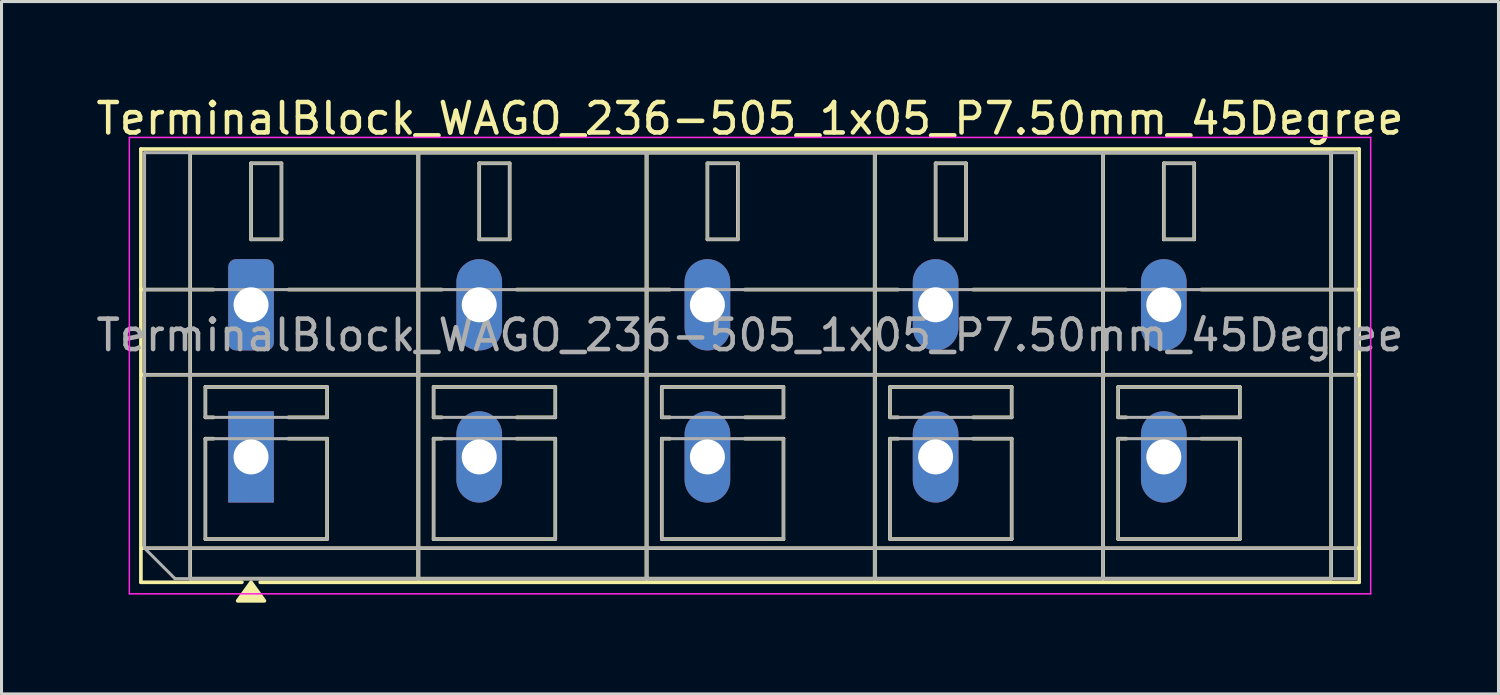
<source format=kicad_pcb>
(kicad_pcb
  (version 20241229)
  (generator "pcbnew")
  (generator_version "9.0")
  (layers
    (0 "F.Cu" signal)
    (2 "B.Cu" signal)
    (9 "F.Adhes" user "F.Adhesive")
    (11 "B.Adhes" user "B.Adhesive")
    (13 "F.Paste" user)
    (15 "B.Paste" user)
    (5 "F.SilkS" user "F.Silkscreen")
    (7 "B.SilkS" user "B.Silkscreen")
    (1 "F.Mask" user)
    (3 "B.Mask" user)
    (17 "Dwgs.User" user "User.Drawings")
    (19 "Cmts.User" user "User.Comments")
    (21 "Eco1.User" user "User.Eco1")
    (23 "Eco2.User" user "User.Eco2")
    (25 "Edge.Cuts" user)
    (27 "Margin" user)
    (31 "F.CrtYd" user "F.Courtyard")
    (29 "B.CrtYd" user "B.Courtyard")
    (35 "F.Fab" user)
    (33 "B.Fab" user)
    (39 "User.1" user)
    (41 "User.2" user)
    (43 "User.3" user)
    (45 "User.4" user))
  (footprint "TerminalBlock_WAGO_236-505_1x05_P7.50mm_45Degree"
    (layer "F.Cu")
    (at 5.201 6.968)
    (property "Reference" "TerminalBlock_WAGO_236-505_1x05_P7.50mm_45Degree" (at 16.4 -6.12 0) (layer "F.SilkS") (effects (font (size 1 1) (thickness 0.15))))
    (attr through_hole)
    (fp_line (start -3.62 -5.12) (end -3.62 9.12) (stroke (width 0.12) (type solid)) (layer "F.SilkS"))
    (fp_line (start -3.62 -5.12) (end 36.42 -5.12) (stroke (width 0.12) (type solid)) (layer "F.SilkS"))
    (fp_line (start -3.62 -0.5) (end -1.23 -0.5) (stroke (width 0.12) (type solid)) (layer "F.SilkS"))
    (fp_line (start -3.62 2.3) (end 36.42 2.3) (stroke (width 0.12) (type solid)) (layer "F.SilkS"))
    (fp_line (start -3.62 8) (end 36.42 8) (stroke (width 0.12) (type solid)) (layer "F.SilkS"))
    (fp_line (start -3.62 9.12) (end -0.3 9.12) (stroke (width 0.12) (type solid)) (layer "F.SilkS"))
    (fp_line (start -2 -5) (end -2 9) (stroke (width 0.12) (type solid)) (layer "F.SilkS"))
    (fp_line (start -2 -5) (end 5.5 -5) (stroke (width 0.12) (type solid)) (layer "F.SilkS"))
    (fp_line (start -2 9) (end 5.5 9) (stroke (width 0.12) (type solid)) (layer "F.SilkS"))
    (fp_line (start -1.5 2.7) (end -1.5 3.7) (stroke (width 0.12) (type solid)) (layer "F.SilkS"))
    (fp_line (start -1.5 2.7) (end 2.5 2.7) (stroke (width 0.12) (type solid)) (layer "F.SilkS"))
    (fp_line (start -1.5 3.7) (end -1.23 3.7) (stroke (width 0.12) (type solid)) (layer "F.SilkS"))
    (fp_line (start -1.5 4.4) (end -1.5 7.7) (stroke (width 0.12) (type solid)) (layer "F.SilkS"))
    (fp_line (start -1.5 4.4) (end -1.23 4.4) (stroke (width 0.12) (type solid)) (layer "F.SilkS"))
    (fp_line (start -1.5 7.7) (end 2.5 7.7) (stroke (width 0.12) (type solid)) (layer "F.SilkS"))
    (fp_line (start 0 -4.65) (end 0 -2.15) (stroke (width 0.12) (type solid)) (layer "F.SilkS"))
    (fp_line (start 0 -4.65) (end 1 -4.65) (stroke (width 0.12) (type solid)) (layer "F.SilkS"))
    (fp_line (start 0 -2.15) (end 1 -2.15) (stroke (width 0.12) (type solid)) (layer "F.SilkS"))
    (fp_line (start 0.3 9.12) (end 36.42 9.12) (stroke (width 0.12) (type solid)) (layer "F.SilkS"))
    (fp_line (start 1 -4.65) (end 1 -2.15) (stroke (width 0.12) (type solid)) (layer "F.SilkS"))
    (fp_line (start 1.23 -0.5) (end 6.27 -0.5) (stroke (width 0.12) (type solid)) (layer "F.SilkS"))
    (fp_line (start 1.23 3.7) (end 2.5 3.7) (stroke (width 0.12) (type solid)) (layer "F.SilkS"))
    (fp_line (start 1.23 4.4) (end 2.5 4.4) (stroke (width 0.12) (type solid)) (layer "F.SilkS"))
    (fp_line (start 2.5 2.7) (end 2.5 3.7) (stroke (width 0.12) (type solid)) (layer "F.SilkS"))
    (fp_line (start 2.5 4.4) (end 2.5 7.7) (stroke (width 0.12) (type solid)) (layer "F.SilkS"))
    (fp_line (start 5.5 -5) (end 5.5 9) (stroke (width 0.12) (type solid)) (layer "F.SilkS"))
    (fp_line (start 5.5 -5) (end 5.5 9) (stroke (width 0.12) (type solid)) (layer "F.SilkS"))
    (fp_line (start 5.5 -5) (end 13 -5) (stroke (width 0.12) (type solid)) (layer "F.SilkS"))
    (fp_line (start 5.5 9) (end 13 9) (stroke (width 0.12) (type solid)) (layer "F.SilkS"))
    (fp_line (start 6 2.7) (end 6 3.7) (stroke (width 0.12) (type solid)) (layer "F.SilkS"))
    (fp_line (start 6 2.7) (end 10 2.7) (stroke (width 0.12) (type solid)) (layer "F.SilkS"))
    (fp_line (start 6 3.7) (end 6.27 3.7) (stroke (width 0.12) (type solid)) (layer "F.SilkS"))
    (fp_line (start 6 4.4) (end 6 7.7) (stroke (width 0.12) (type solid)) (layer "F.SilkS"))
    (fp_line (start 6 4.4) (end 6.27 4.4) (stroke (width 0.12) (type solid)) (layer "F.SilkS"))
    (fp_line (start 6 7.7) (end 10 7.7) (stroke (width 0.12) (type solid)) (layer "F.SilkS"))
    (fp_line (start 7.5 -4.65) (end 7.5 -2.15) (stroke (width 0.12) (type solid)) (layer "F.SilkS"))
    (fp_line (start 7.5 -4.65) (end 8.5 -4.65) (stroke (width 0.12) (type solid)) (layer "F.SilkS"))
    (fp_line (start 7.5 -2.15) (end 8.5 -2.15) (stroke (width 0.12) (type solid)) (layer "F.SilkS"))
    (fp_line (start 8.5 -4.65) (end 8.5 -2.15) (stroke (width 0.12) (type solid)) (layer "F.SilkS"))
    (fp_line (start 8.73 -0.5) (end 13.77 -0.5) (stroke (width 0.12) (type solid)) (layer "F.SilkS"))
    (fp_line (start 8.73 3.7) (end 10 3.7) (stroke (width 0.12) (type solid)) (layer "F.SilkS"))
    (fp_line (start 8.73 4.4) (end 10 4.4) (stroke (width 0.12) (type solid)) (layer "F.SilkS"))
    (fp_line (start 10 2.7) (end 10 3.7) (stroke (width 0.12) (type solid)) (layer "F.SilkS"))
    (fp_line (start 10 4.4) (end 10 7.7) (stroke (width 0.12) (type solid)) (layer "F.SilkS"))
    (fp_line (start 13 -5) (end 13 9) (stroke (width 0.12) (type solid)) (layer "F.SilkS"))
    (fp_line (start 13 -5) (end 13 9) (stroke (width 0.12) (type solid)) (layer "F.SilkS"))
    (fp_line (start 13 -5) (end 20.5 -5) (stroke (width 0.12) (type solid)) (layer "F.SilkS"))
    (fp_line (start 13 9) (end 20.5 9) (stroke (width 0.12) (type solid)) (layer "F.SilkS"))
    (fp_line (start 13.5 2.7) (end 13.5 3.7) (stroke (width 0.12) (type solid)) (layer "F.SilkS"))
    (fp_line (start 13.5 2.7) (end 17.5 2.7) (stroke (width 0.12) (type solid)) (layer "F.SilkS"))
    (fp_line (start 13.5 3.7) (end 13.77 3.7) (stroke (width 0.12) (type solid)) (layer "F.SilkS"))
    (fp_line (start 13.5 4.4) (end 13.5 7.7) (stroke (width 0.12) (type solid)) (layer "F.SilkS"))
    (fp_line (start 13.5 4.4) (end 13.77 4.4) (stroke (width 0.12) (type solid)) (layer "F.SilkS"))
    (fp_line (start 13.5 7.7) (end 17.5 7.7) (stroke (width 0.12) (type solid)) (layer "F.SilkS"))
    (fp_line (start 15 -4.65) (end 15 -2.15) (stroke (width 0.12) (type solid)) (layer "F.SilkS"))
    (fp_line (start 15 -4.65) (end 16 -4.65) (stroke (width 0.12) (type solid)) (layer "F.SilkS"))
    (fp_line (start 15 -2.15) (end 16 -2.15) (stroke (width 0.12) (type solid)) (layer "F.SilkS"))
    (fp_line (start 16 -4.65) (end 16 -2.15) (stroke (width 0.12) (type solid)) (layer "F.SilkS"))
    (fp_line (start 16.23 -0.5) (end 21.27 -0.5) (stroke (width 0.12) (type solid)) (layer "F.SilkS"))
    (fp_line (start 16.23 3.7) (end 17.5 3.7) (stroke (width 0.12) (type solid)) (layer "F.SilkS"))
    (fp_line (start 16.23 4.4) (end 17.5 4.4) (stroke (width 0.12) (type solid)) (layer "F.SilkS"))
    (fp_line (start 17.5 2.7) (end 17.5 3.7) (stroke (width 0.12) (type solid)) (layer "F.SilkS"))
    (fp_line (start 17.5 4.4) (end 17.5 7.7) (stroke (width 0.12) (type solid)) (layer "F.SilkS"))
    (fp_line (start 20.5 -5) (end 20.5 9) (stroke (width 0.12) (type solid)) (layer "F.SilkS"))
    (fp_line (start 20.5 -5) (end 20.5 9) (stroke (width 0.12) (type solid)) (layer "F.SilkS"))
    (fp_line (start 20.5 -5) (end 28 -5) (stroke (width 0.12) (type solid)) (layer "F.SilkS"))
    (fp_line (start 20.5 9) (end 28 9) (stroke (width 0.12) (type solid)) (layer "F.SilkS"))
    (fp_line (start 21 2.7) (end 21 3.7) (stroke (width 0.12) (type solid)) (layer "F.SilkS"))
    (fp_line (start 21 2.7) (end 25 2.7) (stroke (width 0.12) (type solid)) (layer "F.SilkS"))
    (fp_line (start 21 3.7) (end 21.27 3.7) (stroke (width 0.12) (type solid)) (layer "F.SilkS"))
    (fp_line (start 21 4.4) (end 21 7.7) (stroke (width 0.12) (type solid)) (layer "F.SilkS"))
    (fp_line (start 21 4.4) (end 21.27 4.4) (stroke (width 0.12) (type solid)) (layer "F.SilkS"))
    (fp_line (start 21 7.7) (end 25 7.7) (stroke (width 0.12) (type solid)) (layer "F.SilkS"))
    (fp_line (start 22.5 -4.65) (end 22.5 -2.15) (stroke (width 0.12) (type solid)) (layer "F.SilkS"))
    (fp_line (start 22.5 -4.65) (end 23.5 -4.65) (stroke (width 0.12) (type solid)) (layer "F.SilkS"))
    (fp_line (start 22.5 -2.15) (end 23.5 -2.15) (stroke (width 0.12) (type solid)) (layer "F.SilkS"))
    (fp_line (start 23.5 -4.65) (end 23.5 -2.15) (stroke (width 0.12) (type solid)) (layer "F.SilkS"))
    (fp_line (start 23.73 -0.5) (end 28.77 -0.5) (stroke (width 0.12) (type solid)) (layer "F.SilkS"))
    (fp_line (start 23.73 3.7) (end 25 3.7) (stroke (width 0.12) (type solid)) (layer "F.SilkS"))
    (fp_line (start 23.73 4.4) (end 25 4.4) (stroke (width 0.12) (type solid)) (layer "F.SilkS"))
    (fp_line (start 25 2.7) (end 25 3.7) (stroke (width 0.12) (type solid)) (layer "F.SilkS"))
    (fp_line (start 25 4.4) (end 25 7.7) (stroke (width 0.12) (type solid)) (layer "F.SilkS"))
    (fp_line (start 28 -5) (end 28 9) (stroke (width 0.12) (type solid)) (layer "F.SilkS"))
    (fp_line (start 28 -5) (end 28 9) (stroke (width 0.12) (type solid)) (layer "F.SilkS"))
    (fp_line (start 28 -5) (end 35.5 -5) (stroke (width 0.12) (type solid)) (layer "F.SilkS"))
    (fp_line (start 28 9) (end 35.5 9) (stroke (width 0.12) (type solid)) (layer "F.SilkS"))
    (fp_line (start 28.5 2.7) (end 28.5 3.7) (stroke (width 0.12) (type solid)) (layer "F.SilkS"))
    (fp_line (start 28.5 2.7) (end 32.5 2.7) (stroke (width 0.12) (type solid)) (layer "F.SilkS"))
    (fp_line (start 28.5 3.7) (end 28.77 3.7) (stroke (width 0.12) (type solid)) (layer "F.SilkS"))
    (fp_line (start 28.5 4.4) (end 28.5 7.7) (stroke (width 0.12) (type solid)) (layer "F.SilkS"))
    (fp_line (start 28.5 4.4) (end 28.77 4.4) (stroke (width 0.12) (type solid)) (layer "F.SilkS"))
    (fp_line (start 28.5 7.7) (end 32.5 7.7) (stroke (width 0.12) (type solid)) (layer "F.SilkS"))
    (fp_line (start 30 -4.65) (end 30 -2.15) (stroke (width 0.12) (type solid)) (layer "F.SilkS"))
    (fp_line (start 30 -4.65) (end 31 -4.65) (stroke (width 0.12) (type solid)) (layer "F.SilkS"))
    (fp_line (start 30 -2.15) (end 31 -2.15) (stroke (width 0.12) (type solid)) (layer "F.SilkS"))
    (fp_line (start 31 -4.65) (end 31 -2.15) (stroke (width 0.12) (type solid)) (layer "F.SilkS"))
    (fp_line (start 31.23 -0.5) (end 36.42 -0.5) (stroke (width 0.12) (type solid)) (layer "F.SilkS"))
    (fp_line (start 31.23 3.7) (end 32.5 3.7) (stroke (width 0.12) (type solid)) (layer "F.SilkS"))
    (fp_line (start 31.23 4.4) (end 32.5 4.4) (stroke (width 0.12) (type solid)) (layer "F.SilkS"))
    (fp_line (start 32.5 2.7) (end 32.5 3.7) (stroke (width 0.12) (type solid)) (layer "F.SilkS"))
    (fp_line (start 32.5 4.4) (end 32.5 7.7) (stroke (width 0.12) (type solid)) (layer "F.SilkS"))
    (fp_line (start 35.5 -5) (end 35.5 9) (stroke (width 0.12) (type solid)) (layer "F.SilkS"))
    (fp_line (start 36.42 -5.12) (end 36.42 9.12) (stroke (width 0.12) (type solid)) (layer "F.SilkS"))
    (fp_poly (pts (xy 0 9.12) (xy 0.44 9.73) (xy -0.44 9.73)) (stroke (width 0.12) (type solid)) (fill yes) (layer "F.SilkS"))
    (fp_line (start -4 -5.5) (end -4 9.5) (stroke (width 0.05) (type solid)) (layer "F.CrtYd"))
    (fp_line (start -4 9.5) (end 36.8 9.5) (stroke (width 0.05) (type solid)) (layer "F.CrtYd"))
    (fp_line (start 36.8 -5.5) (end -4 -5.5) (stroke (width 0.05) (type solid)) (layer "F.CrtYd"))
    (fp_line (start 36.8 9.5) (end 36.8 -5.5) (stroke (width 0.05) (type solid)) (layer "F.CrtYd"))
    (fp_line (start -3.5 -5) (end 36.3 -5) (stroke (width 0.1) (type solid)) (layer "F.Fab"))
    (fp_line (start -3.5 -0.5) (end 36.3 -0.5) (stroke (width 0.1) (type solid)) (layer "F.Fab"))
    (fp_line (start -3.5 2.3) (end 36.3 2.3) (stroke (width 0.1) (type solid)) (layer "F.Fab"))
    (fp_line (start -3.5 8) (end -3.5 -5) (stroke (width 0.1) (type solid)) (layer "F.Fab"))
    (fp_line (start -3.5 8) (end 36.3 8) (stroke (width 0.1) (type solid)) (layer "F.Fab"))
    (fp_line (start -2.5 9) (end -3.5 8) (stroke (width 0.1) (type solid)) (layer "F.Fab"))
    (fp_line (start -2 -5) (end -2 9) (stroke (width 0.1) (type solid)) (layer "F.Fab"))
    (fp_line (start -2 9) (end 5.5 9) (stroke (width 0.1) (type solid)) (layer "F.Fab"))
    (fp_line (start -1.5 2.7) (end -1.5 3.7) (stroke (width 0.1) (type solid)) (layer "F.Fab"))
    (fp_line (start -1.5 3.7) (end 2.5 3.7) (stroke (width 0.1) (type solid)) (layer "F.Fab"))
    (fp_line (start -1.5 4.4) (end -1.5 7.7) (stroke (width 0.1) (type solid)) (layer "F.Fab"))
    (fp_line (start -1.5 7.7) (end 2.5 7.7) (stroke (width 0.1) (type solid)) (layer "F.Fab"))
    (fp_line (start 0 -4.65) (end 0 -2.15) (stroke (width 0.1) (type solid)) (layer "F.Fab"))
    (fp_line (start 0 -2.15) (end 1 -2.15) (stroke (width 0.1) (type solid)) (layer "F.Fab"))
    (fp_line (start 1 -4.65) (end 0 -4.65) (stroke (width 0.1) (type solid)) (layer "F.Fab"))
    (fp_line (start 1 -2.15) (end 1 -4.65) (stroke (width 0.1) (type solid)) (layer "F.Fab"))
    (fp_line (start 2.5 2.7) (end -1.5 2.7) (stroke (width 0.1) (type solid)) (layer "F.Fab"))
    (fp_line (start 2.5 3.7) (end 2.5 2.7) (stroke (width 0.1) (type solid)) (layer "F.Fab"))
    (fp_line (start 2.5 4.4) (end -1.5 4.4) (stroke (width 0.1) (type solid)) (layer "F.Fab"))
    (fp_line (start 2.5 7.7) (end 2.5 4.4) (stroke (width 0.1) (type solid)) (layer "F.Fab"))
    (fp_line (start 5.5 -5) (end -2 -5) (stroke (width 0.1) (type solid)) (layer "F.Fab"))
    (fp_line (start 5.5 -5) (end 5.5 9) (stroke (width 0.1) (type solid)) (layer "F.Fab"))
    (fp_line (start 5.5 9) (end 5.5 -5) (stroke (width 0.1) (type solid)) (layer "F.Fab"))
    (fp_line (start 5.5 9) (end 13 9) (stroke (width 0.1) (type solid)) (layer "F.Fab"))
    (fp_line (start 6 2.7) (end 6 3.7) (stroke (width 0.1) (type solid)) (layer "F.Fab"))
    (fp_line (start 6 3.7) (end 10 3.7) (stroke (width 0.1) (type solid)) (layer "F.Fab"))
    (fp_line (start 6 4.4) (end 6 7.7) (stroke (width 0.1) (type solid)) (layer "F.Fab"))
    (fp_line (start 6 7.7) (end 10 7.7) (stroke (width 0.1) (type solid)) (layer "F.Fab"))
    (fp_line (start 7.5 -4.65) (end 7.5 -2.15) (stroke (width 0.1) (type solid)) (layer "F.Fab"))
    (fp_line (start 7.5 -2.15) (end 8.5 -2.15) (stroke (width 0.1) (type solid)) (layer "F.Fab"))
    (fp_line (start 8.5 -4.65) (end 7.5 -4.65) (stroke (width 0.1) (type solid)) (layer "F.Fab"))
    (fp_line (start 8.5 -2.15) (end 8.5 -4.65) (stroke (width 0.1) (type solid)) (layer "F.Fab"))
    (fp_line (start 10 2.7) (end 6 2.7) (stroke (width 0.1) (type solid)) (layer "F.Fab"))
    (fp_line (start 10 3.7) (end 10 2.7) (stroke (width 0.1) (type solid)) (layer "F.Fab"))
    (fp_line (start 10 4.4) (end 6 4.4) (stroke (width 0.1) (type solid)) (layer "F.Fab"))
    (fp_line (start 10 7.7) (end 10 4.4) (stroke (width 0.1) (type solid)) (layer "F.Fab"))
    (fp_line (start 13 -5) (end 5.5 -5) (stroke (width 0.1) (type solid)) (layer "F.Fab"))
    (fp_line (start 13 -5) (end 13 9) (stroke (width 0.1) (type solid)) (layer "F.Fab"))
    (fp_line (start 13 9) (end 13 -5) (stroke (width 0.1) (type solid)) (layer "F.Fab"))
    (fp_line (start 13 9) (end 20.5 9) (stroke (width 0.1) (type solid)) (layer "F.Fab"))
    (fp_line (start 13.5 2.7) (end 13.5 3.7) (stroke (width 0.1) (type solid)) (layer "F.Fab"))
    (fp_line (start 13.5 3.7) (end 17.5 3.7) (stroke (width 0.1) (type solid)) (layer "F.Fab"))
    (fp_line (start 13.5 4.4) (end 13.5 7.7) (stroke (width 0.1) (type solid)) (layer "F.Fab"))
    (fp_line (start 13.5 7.7) (end 17.5 7.7) (stroke (width 0.1) (type solid)) (layer "F.Fab"))
    (fp_line (start 15 -4.65) (end 15 -2.15) (stroke (width 0.1) (type solid)) (layer "F.Fab"))
    (fp_line (start 15 -2.15) (end 16 -2.15) (stroke (width 0.1) (type solid)) (layer "F.Fab"))
    (fp_line (start 16 -4.65) (end 15 -4.65) (stroke (width 0.1) (type solid)) (layer "F.Fab"))
    (fp_line (start 16 -2.15) (end 16 -4.65) (stroke (width 0.1) (type solid)) (layer "F.Fab"))
    (fp_line (start 17.5 2.7) (end 13.5 2.7) (stroke (width 0.1) (type solid)) (layer "F.Fab"))
    (fp_line (start 17.5 3.7) (end 17.5 2.7) (stroke (width 0.1) (type solid)) (layer "F.Fab"))
    (fp_line (start 17.5 4.4) (end 13.5 4.4) (stroke (width 0.1) (type solid)) (layer "F.Fab"))
    (fp_line (start 17.5 7.7) (end 17.5 4.4) (stroke (width 0.1) (type solid)) (layer "F.Fab"))
    (fp_line (start 20.5 -5) (end 13 -5) (stroke (width 0.1) (type solid)) (layer "F.Fab"))
    (fp_line (start 20.5 -5) (end 20.5 9) (stroke (width 0.1) (type solid)) (layer "F.Fab"))
    (fp_line (start 20.5 9) (end 20.5 -5) (stroke (width 0.1) (type solid)) (layer "F.Fab"))
    (fp_line (start 20.5 9) (end 28 9) (stroke (width 0.1) (type solid)) (layer "F.Fab"))
    (fp_line (start 21 2.7) (end 21 3.7) (stroke (width 0.1) (type solid)) (layer "F.Fab"))
    (fp_line (start 21 3.7) (end 25 3.7) (stroke (width 0.1) (type solid)) (layer "F.Fab"))
    (fp_line (start 21 4.4) (end 21 7.7) (stroke (width 0.1) (type solid)) (layer "F.Fab"))
    (fp_line (start 21 7.7) (end 25 7.7) (stroke (width 0.1) (type solid)) (layer "F.Fab"))
    (fp_line (start 22.5 -4.65) (end 22.5 -2.15) (stroke (width 0.1) (type solid)) (layer "F.Fab"))
    (fp_line (start 22.5 -2.15) (end 23.5 -2.15) (stroke (width 0.1) (type solid)) (layer "F.Fab"))
    (fp_line (start 23.5 -4.65) (end 22.5 -4.65) (stroke (width 0.1) (type solid)) (layer "F.Fab"))
    (fp_line (start 23.5 -2.15) (end 23.5 -4.65) (stroke (width 0.1) (type solid)) (layer "F.Fab"))
    (fp_line (start 25 2.7) (end 21 2.7) (stroke (width 0.1) (type solid)) (layer "F.Fab"))
    (fp_line (start 25 3.7) (end 25 2.7) (stroke (width 0.1) (type solid)) (layer "F.Fab"))
    (fp_line (start 25 4.4) (end 21 4.4) (stroke (width 0.1) (type solid)) (layer "F.Fab"))
    (fp_line (start 25 7.7) (end 25 4.4) (stroke (width 0.1) (type solid)) (layer "F.Fab"))
    (fp_line (start 28 -5) (end 20.5 -5) (stroke (width 0.1) (type solid)) (layer "F.Fab"))
    (fp_line (start 28 -5) (end 28 9) (stroke (width 0.1) (type solid)) (layer "F.Fab"))
    (fp_line (start 28 9) (end 28 -5) (stroke (width 0.1) (type solid)) (layer "F.Fab"))
    (fp_line (start 28 9) (end 35.5 9) (stroke (width 0.1) (type solid)) (layer "F.Fab"))
    (fp_line (start 28.5 2.7) (end 28.5 3.7) (stroke (width 0.1) (type solid)) (layer "F.Fab"))
    (fp_line (start 28.5 3.7) (end 32.5 3.7) (stroke (width 0.1) (type solid)) (layer "F.Fab"))
    (fp_line (start 28.5 4.4) (end 28.5 7.7) (stroke (width 0.1) (type solid)) (layer "F.Fab"))
    (fp_line (start 28.5 7.7) (end 32.5 7.7) (stroke (width 0.1) (type solid)) (layer "F.Fab"))
    (fp_line (start 30 -4.65) (end 30 -2.15) (stroke (width 0.1) (type solid)) (layer "F.Fab"))
    (fp_line (start 30 -2.15) (end 31 -2.15) (stroke (width 0.1) (type solid)) (layer "F.Fab"))
    (fp_line (start 31 -4.65) (end 30 -4.65) (stroke (width 0.1) (type solid)) (layer "F.Fab"))
    (fp_line (start 31 -2.15) (end 31 -4.65) (stroke (width 0.1) (type solid)) (layer "F.Fab"))
    (fp_line (start 32.5 2.7) (end 28.5 2.7) (stroke (width 0.1) (type solid)) (layer "F.Fab"))
    (fp_line (start 32.5 3.7) (end 32.5 2.7) (stroke (width 0.1) (type solid)) (layer "F.Fab"))
    (fp_line (start 32.5 4.4) (end 28.5 4.4) (stroke (width 0.1) (type solid)) (layer "F.Fab"))
    (fp_line (start 32.5 7.7) (end 32.5 4.4) (stroke (width 0.1) (type solid)) (layer "F.Fab"))
    (fp_line (start 35.5 -5) (end 28 -5) (stroke (width 0.1) (type solid)) (layer "F.Fab"))
    (fp_line (start 35.5 9) (end 35.5 -5) (stroke (width 0.1) (type solid)) (layer "F.Fab"))
    (fp_line (start 36.3 -5) (end 36.3 9) (stroke (width 0.1) (type solid)) (layer "F.Fab"))
    (fp_line (start 36.3 9) (end -2.5 9) (stroke (width 0.1) (type solid)) (layer "F.Fab"))
    (fp_text user "${REFERENCE}" (at 16.4 1 0) (layer "F.Fab") (effects (font (size 1 1) (thickness 0.15))))
    (pad "1" thru_hole roundrect (at 0 0) (size 1.5 3) (drill 1.15) (layers "*.Cu" "*.Mask") (roundrect_rratio 0.167))
    (pad "1" thru_hole rect (at 0 5) (size 1.5 3) (drill 1.15) (layers "*.Cu" "*.Mask"))
    (pad "2" thru_hole oval (at 7.5 0) (size 1.5 3) (drill 1.15) (layers "*.Cu" "*.Mask"))
    (pad "2" thru_hole oval (at 7.5 5) (size 1.5 3) (drill 1.15) (layers "*.Cu" "*.Mask"))
    (pad "3" thru_hole oval (at 15 0) (size 1.5 3) (drill 1.15) (layers "*.Cu" "*.Mask"))
    (pad "3" thru_hole oval (at 15 5) (size 1.5 3) (drill 1.15) (layers "*.Cu" "*.Mask"))
    (pad "4" thru_hole oval (at 22.5 0) (size 1.5 3) (drill 1.15) (layers "*.Cu" "*.Mask"))
    (pad "4" thru_hole oval (at 22.5 5) (size 1.5 3) (drill 1.15) (layers "*.Cu" "*.Mask"))
    (pad "5" thru_hole oval (at 30 0) (size 1.5 3) (drill 1.15) (layers "*.Cu" "*.Mask"))
    (pad "5" thru_hole oval (at 30 5) (size 1.5 3) (drill 1.15) (layers "*.Cu" "*.Mask")))
  (gr_rect
    (start -3 -3)
    (end 46.202 19.758)
    (stroke (width 0.1) (type default))
    (fill no)
    (layer "Edge.Cuts")))
</source>
